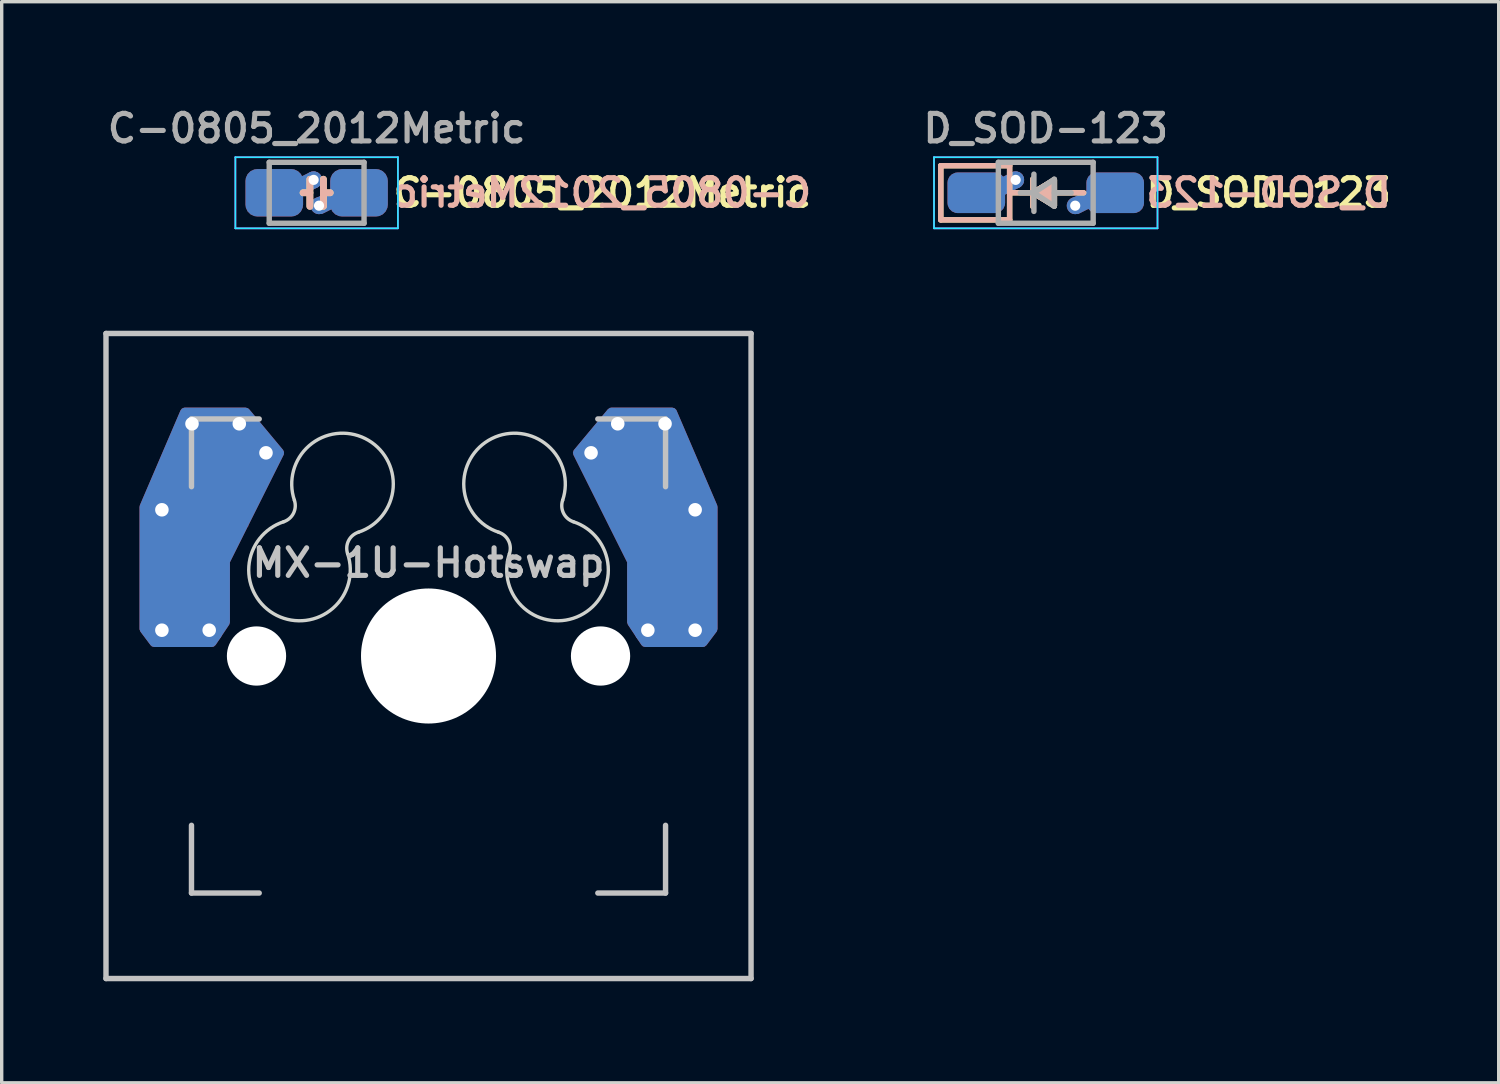
<source format=kicad_pcb>
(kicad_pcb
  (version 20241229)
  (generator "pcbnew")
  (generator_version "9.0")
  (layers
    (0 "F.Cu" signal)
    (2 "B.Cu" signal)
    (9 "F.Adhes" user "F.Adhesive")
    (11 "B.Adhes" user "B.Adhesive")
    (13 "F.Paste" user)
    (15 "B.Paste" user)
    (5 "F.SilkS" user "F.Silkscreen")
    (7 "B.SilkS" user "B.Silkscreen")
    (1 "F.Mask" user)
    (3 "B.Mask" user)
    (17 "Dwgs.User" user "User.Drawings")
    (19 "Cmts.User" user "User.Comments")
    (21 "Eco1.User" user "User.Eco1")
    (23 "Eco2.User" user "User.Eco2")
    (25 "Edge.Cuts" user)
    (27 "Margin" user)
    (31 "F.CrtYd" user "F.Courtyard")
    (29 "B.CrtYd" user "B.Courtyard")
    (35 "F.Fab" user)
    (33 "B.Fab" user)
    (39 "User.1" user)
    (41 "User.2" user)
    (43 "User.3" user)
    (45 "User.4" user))
  (footprint "MX-1U-Hotswap"
    (layer "F.Cu")
    (at 9.605 16.323)
    (property "Reference" "MX-1U-Hotswap" (at 0 -2.75 0) (layer "Dwgs.User") (effects (font (size 0.813 0.813) (thickness 0.152))))
    (attr through_hole)
    (fp_line (start -9.525 -9.525) (end 9.525 -9.525) (stroke (width 0.16) (type solid)) (layer "Dwgs.User"))
    (fp_line (start -9.525 9.525) (end -9.525 -9.525) (stroke (width 0.16) (type solid)) (layer "Dwgs.User"))
    (fp_line (start -7 -7) (end -7 -5) (stroke (width 0.16) (type solid)) (layer "Dwgs.User"))
    (fp_line (start -7 5) (end -7 7) (stroke (width 0.16) (type solid)) (layer "Dwgs.User"))
    (fp_line (start -7 7) (end -5 7) (stroke (width 0.16) (type solid)) (layer "Dwgs.User"))
    (fp_line (start -5 -7) (end -7 -7) (stroke (width 0.16) (type solid)) (layer "Dwgs.User"))
    (fp_line (start 5 -7) (end 7 -7) (stroke (width 0.16) (type solid)) (layer "Dwgs.User"))
    (fp_line (start 5 7) (end 7 7) (stroke (width 0.16) (type solid)) (layer "Dwgs.User"))
    (fp_line (start 7 -7) (end 7 -5) (stroke (width 0.16) (type solid)) (layer "Dwgs.User"))
    (fp_line (start 7 7) (end 7 5) (stroke (width 0.16) (type solid)) (layer "Dwgs.User"))
    (fp_line (start 9.525 -9.525) (end 9.525 9.525) (stroke (width 0.16) (type solid)) (layer "Dwgs.User"))
    (fp_line (start 9.525 9.525) (end -9.525 9.525) (stroke (width 0.16) (type solid)) (layer "Dwgs.User"))
    (fp_line (start -1.191 -1.191) (end 1.191 1.191) (stroke (width 0.16) (type solid)) (layer "Cmts.User"))
    (fp_line (start -1.191 1.191) (end 1.191 -1.191) (stroke (width 0.16) (type solid)) (layer "Cmts.User"))
    (fp_arc (start -3.96108 -4.600241) (mid -3.987242 -4.216863) (end -4.277581 -3.965135) (stroke (width 0.1) (type solid)) (layer "Edge.Cuts"))
    (fp_arc (start -3.96108 -4.600241) (mid -1.869375 -6.421603) (end -2.070859 -3.655379) (stroke (width 0.1) (type solid)) (layer "Edge.Cuts"))
    (fp_arc (start -2.389 -3.02) (mid -4.481247 -1.198706) (end -4.277581 -3.965135) (stroke (width 0.1) (type solid)) (layer "Edge.Cuts"))
    (fp_arc (start -2.389 -3.02) (mid -2.362333 -3.403985) (end -2.070858 -3.655378) (stroke (width 0.1) (type solid)) (layer "Edge.Cuts"))
    (fp_arc (start 2.070858 -3.655378) (mid 2.362333 -3.403985) (end 2.389 -3.02) (stroke (width 0.1) (type solid)) (layer "Edge.Cuts"))
    (fp_arc (start 2.070859 -3.655379) (mid 1.869375 -6.421604) (end 3.96108 -4.600241) (stroke (width 0.1) (type solid)) (layer "Edge.Cuts"))
    (fp_arc (start 4.277581 -3.965135) (mid 4.481247 -1.198706) (end 2.389 -3.02) (stroke (width 0.1) (type solid)) (layer "Edge.Cuts"))
    (fp_arc (start 4.277581 -3.965135) (mid 3.987242 -4.216863) (end 3.96108 -4.600241) (stroke (width 0.1) (type solid)) (layer "Edge.Cuts"))
    (pad "" np_thru_hole circle (at -5.08 0 48) (size 1.75 1.75) (drill 1.75) (layers "*.Cu" "*.Mask"))
    (pad "" np_thru_hole circle (at 0 0) (size 3.988 3.988) (drill 3.988) (layers "*.Cu" "*.Mask"))
    (pad "" np_thru_hole circle (at 5.08 0 48) (size 1.75 1.75) (drill 1.75) (layers "*.Cu" "*.Mask"))
    (pad "1" thru_hole circle (at -7.874 -4.318) (size 0.8 0.8) (drill 0.4) (layers "*.Cu"))
    (pad "1" thru_hole circle (at -7.874 -0.762) (size 0.8 0.8) (drill 0.4) (layers "*.Cu"))
    (pad "1" smd custom (at -7.285 -2.54 180) (size 2.35 2.5) (layers "B.Cu") (options (anchor rect)) (primitives (gr_poly (pts (xy -1.285 -1.54) (xy -1.285 0.26) (xy -2.885 3.46) (xy -1.885 4.66) (xy -0.085 4.66) (xy 1.115 1.86) (xy 1.115 -1.74) (xy 0.815 -2.14) (xy -0.885 -2.14)) (width 0.27) (fill yes))))
    (pad "1" smd rect (at -7.2 -2.54 180) (size 2.35 2.5) (layers "B.Cu" "B.Mask" "B.Paste"))
    (pad "1" thru_hole circle (at -6.985 -6.858) (size 0.8 0.8) (drill 0.4) (layers "*.Cu"))
    (pad "1" smd custom (at -6.499 -5.067 180) (size 2.15 2.5) (layers "F.Cu") (options (anchor rect)) (primitives (gr_poly (pts (xy -0.499 -4.067) (xy -0.499 -2.267) (xy -2.099 0.933) (xy -1.099 2.133) (xy 0.701 2.133) (xy 1.901 -0.667) (xy 1.901 -4.267) (xy 1.601 -4.667) (xy -0.099 -4.667)) (width 0.27) (fill yes))))
    (pad "1" thru_hole circle (at -6.477 -0.762) (size 0.8 0.8) (drill 0.4) (layers "*.Cu"))
    (pad "1" smd rect (at -6.399 -5.067 180) (size 2.15 2.5) (layers "F.Cu" "F.Mask" "F.Paste"))
    (pad "1" thru_hole circle (at -5.588 -6.858) (size 0.8 0.8) (drill 0.4) (layers "*.Cu"))
    (pad "1" thru_hole circle (at -4.8 -6) (size 0.8 0.8) (drill 0.4) (layers "*.Cu"))
    (pad "2" thru_hole circle (at 4.8 -6) (size 0.8 0.8) (drill 0.4) (layers "*.Cu"))
    (pad "2" thru_hole circle (at 5.588 -6.858) (size 0.8 0.8) (drill 0.4) (layers "*.Cu"))
    (pad "2" smd rect (at 6.425 -5.067) (size 2.15 2.5) (layers "B.Cu" "B.Mask" "B.Paste"))
    (pad "2" smd custom (at 6.425 -5.067 180) (size 2.15 2.5) (layers "B.Cu") (options (anchor rect)) (primitives (gr_poly (pts (xy 0.425 -4.067) (xy 0.425 -2.267) (xy 2.025 0.933) (xy 1.025 2.133) (xy -0.775 2.133) (xy -1.975 -0.667) (xy -1.975 -4.267) (xy -1.675 -4.667) (xy 0.025 -4.667)) (width 0.27) (fill yes))))
    (pad "2" thru_hole circle (at 6.477 -0.762) (size 0.8 0.8) (drill 0.4) (layers "*.Cu"))
    (pad "2" thru_hole circle (at 6.985 -6.858) (size 0.8 0.8) (drill 0.4) (layers "*.Cu"))
    (pad "2" smd rect (at 7.212 -2.54) (size 2.35 2.5) (layers "F.Cu" "F.Mask" "F.Paste"))
    (pad "2" smd custom (at 7.212 -2.54 180) (size 2.35 2.5) (layers "F.Cu") (options (anchor rect)) (primitives (gr_poly (pts (xy 1.212 -1.54) (xy 1.212 0.26) (xy 2.812 3.46) (xy 1.812 4.66) (xy 0.012 4.66) (xy -1.188 1.86) (xy -1.188 -1.74) (xy -0.888 -2.14) (xy 0.812 -2.14)) (width 0.27) (fill yes))))
    (pad "2" thru_hole circle (at 7.874 -4.318) (size 0.8 0.8) (drill 0.4) (layers "*.Cu"))
    (pad "2" thru_hole circle (at 7.874 -0.762) (size 0.8 0.8) (drill 0.4) (layers "*.Cu")))
  (footprint "C-0805_2012Metric"
    (layer "F.Cu")
    (at 6.301 2.643)
    (property "Reference" "C-0805_2012Metric" (at 2.182 0 0) (layer "F.SilkS") (effects (font (size 0.813 0.813) (thickness 0.152)) (justify left)))
    (attr smd)
    (fp_line (start -0.4 0) (end -0.2 0) (stroke (width 0.2) (type solid)) (layer "F.SilkS"))
    (fp_line (start -0.2 -0.4) (end -0.2 0.4) (stroke (width 0.2) (type solid)) (layer "F.SilkS"))
    (fp_line (start 0.2 -0.4) (end 0.2 0.4) (stroke (width 0.2) (type solid)) (layer "F.SilkS"))
    (fp_line (start 0.2 0) (end 0.4 0) (stroke (width 0.2) (type solid)) (layer "F.SilkS"))
    (fp_line (start -0.4 0) (end -0.2 0) (stroke (width 0.2) (type solid)) (layer "B.SilkS"))
    (fp_line (start -0.2 0.4) (end -0.2 -0.4) (stroke (width 0.2) (type solid)) (layer "B.SilkS"))
    (fp_line (start 0.2 0) (end 0.4 0) (stroke (width 0.2) (type solid)) (layer "B.SilkS"))
    (fp_line (start 0.2 0.4) (end 0.2 -0.4) (stroke (width 0.2) (type solid)) (layer "B.SilkS"))
    (fp_line (start -2.4 -1.05) (end -2.4 1.05) (stroke (width 0.05) (type solid)) (layer "B.CrtYd"))
    (fp_line (start -2.4 -1.05) (end 2.4 -1.05) (stroke (width 0.05) (type solid)) (layer "B.CrtYd"))
    (fp_line (start 2.4 -1.05) (end 2.4 1.05) (stroke (width 0.05) (type solid)) (layer "B.CrtYd"))
    (fp_line (start 2.4 1.05) (end -2.4 1.05) (stroke (width 0.05) (type solid)) (layer "B.CrtYd"))
    (fp_line (start -2.4 -1.05) (end -2.4 1.05) (stroke (width 0.05) (type solid)) (layer "F.CrtYd"))
    (fp_line (start -2.4 -1.05) (end 2.4 -1.05) (stroke (width 0.05) (type solid)) (layer "F.CrtYd"))
    (fp_line (start 2.4 -1.05) (end 2.4 1.05) (stroke (width 0.05) (type solid)) (layer "F.CrtYd"))
    (fp_line (start 2.4 1.05) (end -2.4 1.05) (stroke (width 0.05) (type solid)) (layer "F.CrtYd"))
    (fp_line (start -1.4 -0.9) (end 1.4 -0.9) (stroke (width 0.16) (type solid)) (layer "F.Fab"))
    (fp_line (start -1.4 0.9) (end -1.4 -0.9) (stroke (width 0.16) (type solid)) (layer "F.Fab"))
    (fp_line (start 1.4 -0.9) (end 1.4 0.9) (stroke (width 0.16) (type solid)) (layer "F.Fab"))
    (fp_line (start 1.4 0.9) (end -1.4 0.9) (stroke (width 0.16) (type solid)) (layer "F.Fab"))
    (fp_text user "${REFERENCE}" (at 2.182 0 0) (layer "B.SilkS") (effects (font (size 0.813 0.813) (thickness 0.152)) (justify right mirror)))
    (fp_text user "${REFERENCE}" (at 0 -1.9 0) (layer "F.Fab") (effects (font (size 0.813 0.813) (thickness 0.152))))
    (pad "1" smd roundrect (at -1.251 0) (size 1.701 1.4) (layers "F.Cu" "F.Mask" "F.Paste") (roundrect_rratio 0.25))
    (pad "1" smd roundrect (at -1.251 0) (size 1.701 1.4) (layers "B.Cu" "B.Mask" "B.Paste") (roundrect_rratio 0.25))
    (pad "1" smd custom (at -0.851 0) (size 0.01 0.01) (layers "F.Cu") (options (anchor circle)) (primitives (gr_line (start 0.762 -0.381) (end 0 0) (width 0.5))))
    (pad "1" smd custom (at -0.851 0) (size 0.01 0.01) (layers "B.Cu") (options (anchor circle)) (primitives (gr_line (start 0.762 -0.381) (end 0 0) (width 0.5))))
    (pad "1" thru_hole circle (at -0.089 -0.381) (size 0.5 0.5) (drill 0.3) (layers "*.Cu"))
    (pad "2" thru_hole circle (at 0.07 0.381) (size 0.5 0.5) (drill 0.3) (layers "*.Cu"))
    (pad "2" smd custom (at 0.851 0) (size 0.01 0.01) (layers "F.Cu") (options (anchor circle)) (primitives (gr_line (start -0.761 0.381) (end 0.001 0) (width 0.5))))
    (pad "2" smd custom (at 0.851 0) (size 0.01 0.01) (layers "B.Cu") (options (anchor circle)) (primitives (gr_line (start -0.761 0.381) (end 0.001 0) (width 0.5))))
    (pad "2" smd roundrect (at 1.251 0) (size 1.701 1.4) (layers "F.Cu" "F.Mask" "F.Paste") (roundrect_rratio 0.25))
    (pad "2" smd roundrect (at 1.251 0) (size 1.701 1.4) (layers "B.Cu" "B.Mask" "B.Paste") (roundrect_rratio 0.25)))
  (footprint "D_SOD-123"
    (layer "F.Cu")
    (at 27.833 2.643)
    (property "Reference" "D_SOD-123" (at 2.882 0 0) (layer "F.SilkS") (effects (font (size 0.813 0.813) (thickness 0.152)) (justify left)))
    (attr smd)
    (fp_line (start -3.1 -0.8) (end -1.067 -0.8) (stroke (width 0.16) (type solid)) (layer "F.SilkS"))
    (fp_line (start -3.1 0.8) (end -3.1 -0.8) (stroke (width 0.16) (type solid)) (layer "F.SilkS"))
    (fp_line (start -1.067 -0.8) (end -1.067 0.8) (stroke (width 0.16) (type solid)) (layer "F.SilkS"))
    (fp_line (start -1.067 0.8) (end -3.1 0.8) (stroke (width 0.16) (type solid)) (layer "F.SilkS"))
    (fp_line (start -1.041 0) (end -0.381 0) (stroke (width 0.16) (type solid)) (layer "F.SilkS"))
    (fp_line (start -0.381 -0.406) (end -0.381 0.406) (stroke (width 0.16) (type solid)) (layer "F.SilkS"))
    (fp_line (start -0.381 0) (end 0.254 -0.381) (stroke (width 0.16) (type solid)) (layer "F.SilkS"))
    (fp_line (start 0.254 -0.381) (end 0.254 0.381) (stroke (width 0.16) (type solid)) (layer "F.SilkS"))
    (fp_line (start 0.254 0) (end 1.118 0) (stroke (width 0.16) (type solid)) (layer "F.SilkS"))
    (fp_line (start 0.254 0.381) (end -0.381 0) (stroke (width 0.16) (type solid)) (layer "F.SilkS"))
    (fp_poly (pts (xy 0.254 0.381) (xy -0.381 0) (xy 0.254 -0.381)) (stroke (width 0.16) (type solid)) (fill yes) (layer "F.SilkS"))
    (fp_line (start -3.1 -0.8) (end -3.1 0.8) (stroke (width 0.16) (type solid)) (layer "B.SilkS"))
    (fp_line (start -3.1 0.8) (end -1.067 0.8) (stroke (width 0.16) (type solid)) (layer "B.SilkS"))
    (fp_line (start -1.067 -0.8) (end -3.1 -0.8) (stroke (width 0.16) (type solid)) (layer "B.SilkS"))
    (fp_line (start -1.067 0.8) (end -1.067 -0.8) (stroke (width 0.16) (type solid)) (layer "B.SilkS"))
    (fp_line (start -1.041 0) (end -0.381 0) (stroke (width 0.16) (type solid)) (layer "B.SilkS"))
    (fp_line (start -0.381 0) (end 0.254 0.381) (stroke (width 0.16) (type solid)) (layer "B.SilkS"))
    (fp_line (start -0.381 0.406) (end -0.381 -0.406) (stroke (width 0.16) (type solid)) (layer "B.SilkS"))
    (fp_line (start 0.254 -0.381) (end -0.381 0) (stroke (width 0.16) (type solid)) (layer "B.SilkS"))
    (fp_line (start 0.254 0) (end 1.118 0) (stroke (width 0.16) (type solid)) (layer "B.SilkS"))
    (fp_line (start 0.254 0.381) (end 0.254 -0.381) (stroke (width 0.16) (type solid)) (layer "B.SilkS"))
    (fp_poly (pts (xy 0.254 -0.381) (xy -0.381 0) (xy 0.254 0.381)) (stroke (width 0.16) (type solid)) (fill yes) (layer "B.SilkS"))
    (fp_line (start -3.3 -1.05) (end -3.3 1.05) (stroke (width 0.05) (type solid)) (layer "B.CrtYd"))
    (fp_line (start -3.3 -1.05) (end 3.3 -1.05) (stroke (width 0.05) (type solid)) (layer "B.CrtYd"))
    (fp_line (start 3.3 -1.05) (end 3.3 1.05) (stroke (width 0.05) (type solid)) (layer "B.CrtYd"))
    (fp_line (start 3.3 1.05) (end -3.3 1.05) (stroke (width 0.05) (type solid)) (layer "B.CrtYd"))
    (fp_line (start -3.3 -1.05) (end -3.3 1.05) (stroke (width 0.05) (type solid)) (layer "F.CrtYd"))
    (fp_line (start -3.3 -1.05) (end 3.3 -1.05) (stroke (width 0.05) (type solid)) (layer "F.CrtYd"))
    (fp_line (start 3.3 -1.05) (end 3.3 1.05) (stroke (width 0.05) (type solid)) (layer "F.CrtYd"))
    (fp_line (start 3.3 1.05) (end -3.3 1.05) (stroke (width 0.05) (type solid)) (layer "F.CrtYd"))
    (fp_line (start -1.4 -0.9) (end 1.4 -0.9) (stroke (width 0.16) (type solid)) (layer "F.Fab"))
    (fp_line (start -1.4 0.9) (end -1.4 -0.9) (stroke (width 0.16) (type solid)) (layer "F.Fab"))
    (fp_line (start -0.75 0) (end -0.35 0) (stroke (width 0.16) (type solid)) (layer "F.Fab"))
    (fp_line (start -0.35 0) (end -0.35 -0.55) (stroke (width 0.16) (type solid)) (layer "F.Fab"))
    (fp_line (start -0.35 0) (end -0.35 0.55) (stroke (width 0.16) (type solid)) (layer "F.Fab"))
    (fp_line (start -0.35 0) (end 0.25 -0.4) (stroke (width 0.16) (type solid)) (layer "F.Fab"))
    (fp_line (start 0.25 -0.4) (end 0.25 0.4) (stroke (width 0.16) (type solid)) (layer "F.Fab"))
    (fp_line (start 0.25 0) (end 0.75 0) (stroke (width 0.16) (type solid)) (layer "F.Fab"))
    (fp_line (start 0.25 0.4) (end -0.35 0) (stroke (width 0.16) (type solid)) (layer "F.Fab"))
    (fp_line (start 1.4 -0.9) (end 1.4 0.9) (stroke (width 0.16) (type solid)) (layer "F.Fab"))
    (fp_line (start 1.4 0.9) (end -1.4 0.9) (stroke (width 0.16) (type solid)) (layer "F.Fab"))
    (fp_text user "${REFERENCE}" (at 2.882 0 0) (layer "B.SilkS") (effects (font (size 0.813 0.813) (thickness 0.152)) (justify right mirror)))
    (fp_text user "${REFERENCE}" (at 0 -1.9 0) (layer "F.Fab") (effects (font (size 0.813 0.813) (thickness 0.152))))
    (pad "1" smd roundrect (at -2.051 0) (size 1.701 1.2) (layers "F.Cu" "F.Mask" "F.Paste") (roundrect_rratio 0.25))
    (pad "1" smd roundrect (at -2.051 0) (size 1.701 1.2) (layers "B.Cu" "B.Mask" "B.Paste") (roundrect_rratio 0.25))
    (pad "1" smd custom (at -1.651 0) (size 0.01 0.01) (layers "F.Cu") (options (anchor circle)) (primitives (gr_line (start 0.762 -0.381) (end 0 0) (width 0.5))))
    (pad "1" smd custom (at -1.651 0) (size 0.01 0.01) (layers "B.Cu") (options (anchor circle)) (primitives (gr_line (start 0.762 -0.381) (end 0 0) (width 0.5))))
    (pad "1" thru_hole circle (at -0.889 -0.381) (size 0.5 0.5) (drill 0.3) (layers "*.Cu"))
    (pad "2" thru_hole circle (at 0.87 0.381) (size 0.5 0.5) (drill 0.3) (layers "*.Cu"))
    (pad "2" smd custom (at 1.651 0) (size 0.01 0.01) (layers "F.Cu") (options (anchor circle)) (primitives (gr_line (start -0.761 0.381) (end 0.001 0) (width 0.5))))
    (pad "2" smd custom (at 1.651 0) (size 0.01 0.01) (layers "B.Cu") (options (anchor circle)) (primitives (gr_line (start -0.761 0.381) (end 0.001 0) (width 0.5))))
    (pad "2" smd roundrect (at 2.051 0) (size 1.701 1.2) (layers "F.Cu" "F.Mask" "F.Paste") (roundrect_rratio 0.25))
    (pad "2" smd roundrect (at 2.051 0) (size 1.701 1.2) (layers "B.Cu" "B.Mask" "B.Paste") (roundrect_rratio 0.25)))
  (gr_rect
    (start -3 -3)
    (end 41.209 28.928)
    (stroke (width 0.1) (type default))
    (fill no)
    (layer "Edge.Cuts")))
</source>
